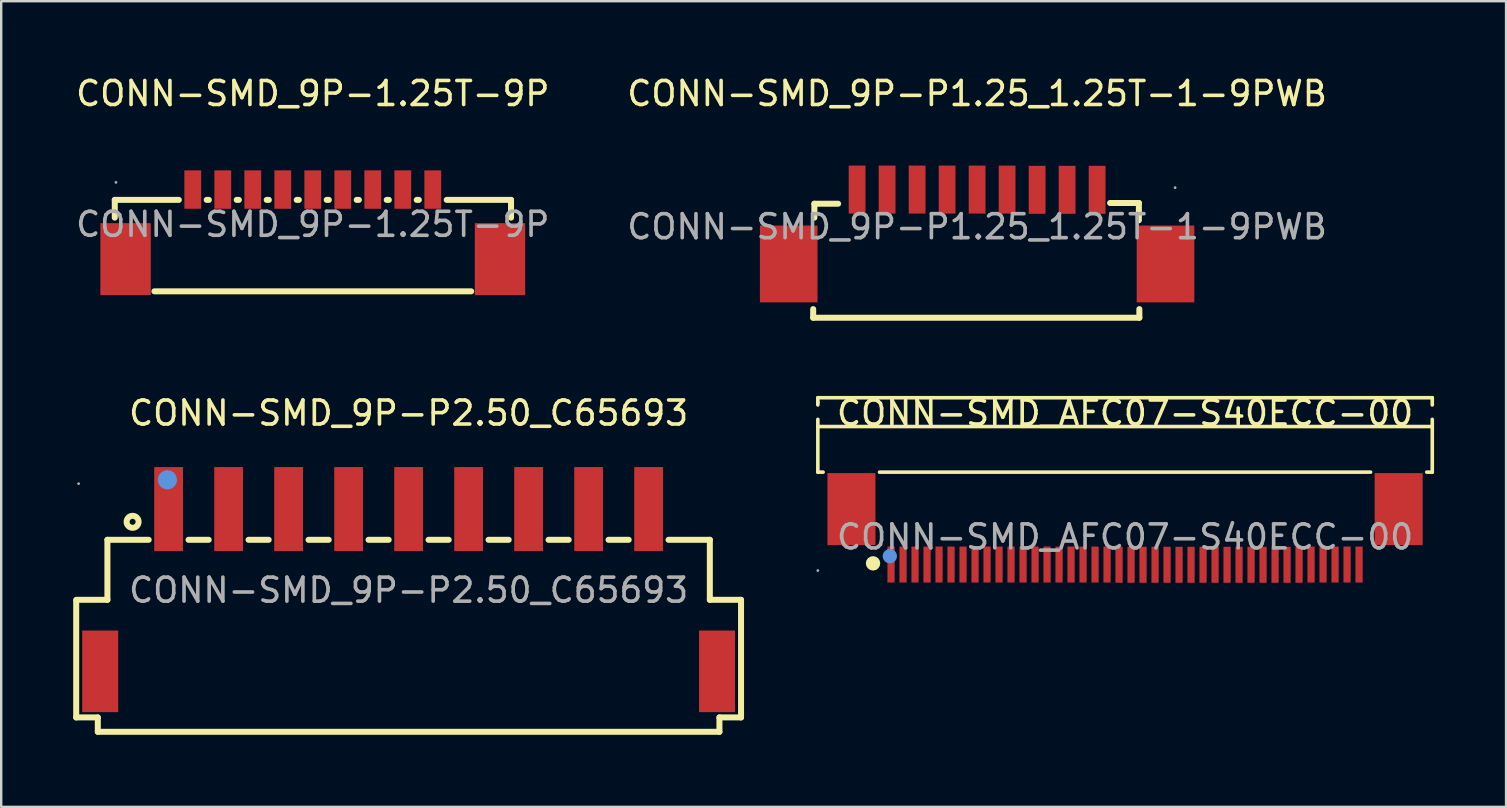
<source format=kicad_pcb>
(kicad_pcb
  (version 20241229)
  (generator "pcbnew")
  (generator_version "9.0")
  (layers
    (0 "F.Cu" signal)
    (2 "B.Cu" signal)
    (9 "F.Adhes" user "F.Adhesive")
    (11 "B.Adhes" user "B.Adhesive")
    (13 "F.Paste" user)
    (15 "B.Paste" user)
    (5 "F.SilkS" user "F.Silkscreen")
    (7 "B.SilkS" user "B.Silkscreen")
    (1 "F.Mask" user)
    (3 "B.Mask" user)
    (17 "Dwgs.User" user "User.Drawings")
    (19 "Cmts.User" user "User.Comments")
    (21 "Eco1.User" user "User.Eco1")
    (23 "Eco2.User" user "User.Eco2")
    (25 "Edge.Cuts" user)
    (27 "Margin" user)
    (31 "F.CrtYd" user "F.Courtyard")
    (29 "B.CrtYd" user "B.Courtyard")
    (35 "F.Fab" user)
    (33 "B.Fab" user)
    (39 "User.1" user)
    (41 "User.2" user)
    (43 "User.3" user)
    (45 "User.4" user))
  (footprint "CONN-SMD_AFC07-S40ECC-00"
    (layer "F.Cu")
    (at 43.825 19.322)
    (property "Reference" "CONN-SMD_AFC07-S40ECC-00" (at 0 -5.16 0) (layer "F.SilkS") (effects (font (size 1 1) (thickness 0.15))))
    (attr through_hole)
    (fp_line (start -12.8 -5.8) (end 12.8 -5.8) (stroke (width 0.15) (type solid)) (layer "F.SilkS"))
    (fp_line (start -12.8 -5.6) (end -12.8 -5.8) (stroke (width 0.15) (type solid)) (layer "F.SilkS"))
    (fp_line (start -12.8 -5.6) (end -12.8 -5.5) (stroke (width 0.15) (type solid)) (layer "F.SilkS"))
    (fp_line (start -12.8 -4.6) (end -12.8 -4.9) (stroke (width 0.15) (type solid)) (layer "F.SilkS"))
    (fp_line (start -12.8 -4.6) (end -12.8 -2.7) (stroke (width 0.15) (type solid)) (layer "F.SilkS"))
    (fp_line (start -12.8 -2.7) (end -12.58 -2.7) (stroke (width 0.15) (type solid)) (layer "F.SilkS"))
    (fp_line (start 10.23 -2.7) (end -10.23 -2.7) (stroke (width 0.15) (type solid)) (layer "F.SilkS"))
    (fp_line (start 12.8 -5.8) (end 12.8 -5.5) (stroke (width 0.15) (type solid)) (layer "F.SilkS"))
    (fp_line (start 12.8 -4.6) (end -12.8 -4.6) (stroke (width 0.15) (type solid)) (layer "F.SilkS"))
    (fp_line (start 12.8 -4.6) (end 12.8 -4.9) (stroke (width 0.15) (type solid)) (layer "F.SilkS"))
    (fp_line (start 12.8 -2.7) (end 12.57 -2.7) (stroke (width 0.15) (type solid)) (layer "F.SilkS"))
    (fp_line (start 12.8 -2.7) (end 12.8 -4.6) (stroke (width 0.15) (type solid)) (layer "F.SilkS"))
    (fp_circle (center -10.5 1.1) (end -10.35 1.1) (stroke (width 0.3) (type solid)) (fill no) (layer "F.SilkS"))
    (fp_circle (center -9.8 0.8) (end -9.65 0.8) (stroke (width 0.3) (type solid)) (fill no) (layer "Cmts.User"))
    (fp_circle (center -12.8 1.4) (end -12.77 1.4) (stroke (width 0.06) (type solid)) (fill no) (layer "F.Fab"))
    (fp_text user "${REFERENCE}" (at 0 0 0) (layer "F.Fab") (effects (font (size 1 1) (thickness 0.15))))
    (pad "1" smd rect (at -9.75 1.15) (size 0.3 1.5) (layers "F.Cu" "F.Mask" "F.Paste"))
    (pad "2" smd rect (at -9.25 1.15) (size 0.3 1.5) (layers "F.Cu" "F.Mask" "F.Paste"))
    (pad "3" smd rect (at -8.75 1.15) (size 0.3 1.5) (layers "F.Cu" "F.Mask" "F.Paste"))
    (pad "4" smd rect (at -8.25 1.15) (size 0.3 1.5) (layers "F.Cu" "F.Mask" "F.Paste"))
    (pad "5" smd rect (at -7.75 1.15) (size 0.3 1.5) (layers "F.Cu" "F.Mask" "F.Paste"))
    (pad "6" smd rect (at -7.25 1.15) (size 0.3 1.5) (layers "F.Cu" "F.Mask" "F.Paste"))
    (pad "7" smd rect (at -6.75 1.15) (size 0.3 1.5) (layers "F.Cu" "F.Mask" "F.Paste"))
    (pad "8" smd rect (at -6.25 1.15) (size 0.3 1.5) (layers "F.Cu" "F.Mask" "F.Paste"))
    (pad "9" smd rect (at -5.75 1.15) (size 0.3 1.5) (layers "F.Cu" "F.Mask" "F.Paste"))
    (pad "10" smd rect (at -5.25 1.15) (size 0.3 1.5) (layers "F.Cu" "F.Mask" "F.Paste"))
    (pad "11" smd rect (at -4.75 1.15) (size 0.3 1.5) (layers "F.Cu" "F.Mask" "F.Paste"))
    (pad "12" smd rect (at -4.25 1.15) (size 0.3 1.5) (layers "F.Cu" "F.Mask" "F.Paste"))
    (pad "13" smd rect (at -3.75 1.15) (size 0.3 1.5) (layers "F.Cu" "F.Mask" "F.Paste"))
    (pad "14" smd rect (at -3.25 1.15) (size 0.3 1.5) (layers "F.Cu" "F.Mask" "F.Paste"))
    (pad "15" smd rect (at -2.75 1.15) (size 0.3 1.5) (layers "F.Cu" "F.Mask" "F.Paste"))
    (pad "16" smd rect (at -2.25 1.15) (size 0.3 1.5) (layers "F.Cu" "F.Mask" "F.Paste"))
    (pad "17" smd rect (at -1.75 1.15) (size 0.3 1.5) (layers "F.Cu" "F.Mask" "F.Paste"))
    (pad "18" smd rect (at -1.25 1.15) (size 0.3 1.5) (layers "F.Cu" "F.Mask" "F.Paste"))
    (pad "19" smd rect (at -0.75 1.15) (size 0.3 1.5) (layers "F.Cu" "F.Mask" "F.Paste"))
    (pad "20" smd rect (at -0.25 1.16) (size 0.3 1.5) (layers "F.Cu" "F.Mask" "F.Paste"))
    (pad "21" smd rect (at 0.25 1.16) (size 0.3 1.5) (layers "F.Cu" "F.Mask" "F.Paste"))
    (pad "22" smd rect (at 0.75 1.16) (size 0.3 1.5) (layers "F.Cu" "F.Mask" "F.Paste"))
    (pad "23" smd rect (at 1.25 1.16) (size 0.3 1.5) (layers "F.Cu" "F.Mask" "F.Paste"))
    (pad "24" smd rect (at 1.75 1.16) (size 0.3 1.5) (layers "F.Cu" "F.Mask" "F.Paste"))
    (pad "25" smd rect (at 2.25 1.16) (size 0.3 1.5) (layers "F.Cu" "F.Mask" "F.Paste"))
    (pad "26" smd rect (at 2.75 1.16) (size 0.3 1.5) (layers "F.Cu" "F.Mask" "F.Paste"))
    (pad "27" smd rect (at 3.25 1.16) (size 0.3 1.5) (layers "F.Cu" "F.Mask" "F.Paste"))
    (pad "28" smd rect (at 3.75 1.16) (size 0.3 1.5) (layers "F.Cu" "F.Mask" "F.Paste"))
    (pad "29" smd rect (at 4.25 1.16) (size 0.3 1.5) (layers "F.Cu" "F.Mask" "F.Paste"))
    (pad "30" smd rect (at 4.75 1.16) (size 0.3 1.5) (layers "F.Cu" "F.Mask" "F.Paste"))
    (pad "31" smd rect (at 5.25 1.16) (size 0.3 1.5) (layers "F.Cu" "F.Mask" "F.Paste"))
    (pad "32" smd rect (at 5.75 1.16) (size 0.3 1.5) (layers "F.Cu" "F.Mask" "F.Paste"))
    (pad "33" smd rect (at 6.25 1.16) (size 0.3 1.5) (layers "F.Cu" "F.Mask" "F.Paste"))
    (pad "34" smd rect (at 6.75 1.16) (size 0.3 1.5) (layers "F.Cu" "F.Mask" "F.Paste"))
    (pad "35" smd rect (at 7.25 1.16) (size 0.3 1.5) (layers "F.Cu" "F.Mask" "F.Paste"))
    (pad "36" smd rect (at 7.75 1.15) (size 0.3 1.5) (layers "F.Cu" "F.Mask" "F.Paste"))
    (pad "37" smd rect (at 8.25 1.15) (size 0.3 1.5) (layers "F.Cu" "F.Mask" "F.Paste"))
    (pad "38" smd rect (at 8.75 1.15) (size 0.3 1.5) (layers "F.Cu" "F.Mask" "F.Paste"))
    (pad "39" smd rect (at 9.25 1.15) (size 0.3 1.5) (layers "F.Cu" "F.Mask" "F.Paste"))
    (pad "40" smd rect (at 9.75 1.15) (size 0.3 1.5) (layers "F.Cu" "F.Mask" "F.Paste"))
    (pad "41" smd rect (at 11.4 -1.16 180) (size 2 3) (layers "F.Cu" "F.Mask" "F.Paste"))
    (pad "42" smd rect (at -11.4 -1.16) (size 2 3) (layers "F.Cu" "F.Mask" "F.Paste")))
  (footprint "CONN-SMD_9P-P1.25_1.25T-1-9PWB"
    (layer "F.Cu")
    (at 37.661 6.398)
    (property "Reference" "CONN-SMD_9P-P1.25_1.25T-1-9PWB" (at 0 -5.55 0) (layer "F.SilkS") (effects (font (size 1 1) (thickness 0.15))))
    (attr through_hole)
    (fp_line (start -6.83 3.43) (end -6.83 3.79) (stroke (width 0.25) (type solid)) (layer "F.SilkS"))
    (fp_line (start -6.83 3.79) (end 6.76 3.79) (stroke (width 0.25) (type solid)) (layer "F.SilkS"))
    (fp_line (start -6.78 -0.96) (end -6.78 -0.38) (stroke (width 0.25) (type solid)) (layer "F.SilkS"))
    (fp_line (start -5.79 -0.96) (end -6.78 -0.96) (stroke (width 0.25) (type solid)) (layer "F.SilkS"))
    (fp_line (start 5.54 -0.99) (end 6.74 -0.99) (stroke (width 0.25) (type solid)) (layer "F.SilkS"))
    (fp_line (start 6.74 -0.99) (end 6.74 -0.27) (stroke (width 0.25) (type solid)) (layer "F.SilkS"))
    (fp_line (start 6.76 3.79) (end 6.76 3.43) (stroke (width 0.25) (type solid)) (layer "F.SilkS"))
    (fp_circle (center 8.25 -1.63) (end 8.28 -1.63) (stroke (width 0.06) (type solid)) (fill no) (layer "F.Fab"))
    (fp_text user "${REFERENCE}" (at 0 0 0) (layer "F.Fab") (effects (font (size 1 1) (thickness 0.15))))
    (pad "1" smd rect (at 5 -1.54 180) (size 0.7 2) (layers "F.Cu" "F.Mask" "F.Paste"))
    (pad "2" smd rect (at 3.75 -1.54 180) (size 0.7 2) (layers "F.Cu" "F.Mask" "F.Paste"))
    (pad "3" smd rect (at 2.5 -1.54 180) (size 0.7 2) (layers "F.Cu" "F.Mask" "F.Paste"))
    (pad "4" smd rect (at 1.25 -1.55 180) (size 0.7 2) (layers "F.Cu" "F.Mask" "F.Paste"))
    (pad "5" smd rect (at 0 -1.55 180) (size 0.7 2) (layers "F.Cu" "F.Mask" "F.Paste"))
    (pad "6" smd rect (at -1.25 -1.55 180) (size 0.7 2) (layers "F.Cu" "F.Mask" "F.Paste"))
    (pad "7" smd rect (at -2.5 -1.55 180) (size 0.7 2) (layers "F.Cu" "F.Mask" "F.Paste"))
    (pad "8" smd rect (at -3.75 -1.55 180) (size 0.7 2) (layers "F.Cu" "F.Mask" "F.Paste"))
    (pad "9" smd rect (at -5 -1.55 180) (size 0.7 2) (layers "F.Cu" "F.Mask" "F.Paste"))
    (pad "10" smd rect (at -7.85 1.55 180) (size 2.4 3.2) (layers "F.Cu" "F.Mask" "F.Paste"))
    (pad "11" smd rect (at 7.85 1.55 180) (size 2.4 3.2) (layers "F.Cu" "F.Mask" "F.Paste")))
  (footprint "CONN-SMD_9P-1.25T-9P"
    (layer "F.Cu")
    (at 9.982 6.298)
    (property "Reference" "CONN-SMD_9P-1.25T-9P" (at 0 -5.45 0) (layer "F.SilkS") (effects (font (size 1 1) (thickness 0.15))))
    (attr through_hole)
    (fp_line (start -8.25 -1.02) (end -8.25 -0.28) (stroke (width 0.25) (type solid)) (layer "F.SilkS"))
    (fp_line (start -6.6 2.79) (end 6.6 2.79) (stroke (width 0.25) (type solid)) (layer "F.SilkS"))
    (fp_line (start -5.58 -1.02) (end -8.25 -1.02) (stroke (width 0.25) (type solid)) (layer "F.SilkS"))
    (fp_line (start -4.33 -1.02) (end -4.42 -1.02) (stroke (width 0.25) (type solid)) (layer "F.SilkS"))
    (fp_line (start -3.08 -1.02) (end -3.17 -1.02) (stroke (width 0.25) (type solid)) (layer "F.SilkS"))
    (fp_line (start -1.83 -1.02) (end -1.92 -1.02) (stroke (width 0.25) (type solid)) (layer "F.SilkS"))
    (fp_line (start -0.58 -1.02) (end -0.67 -1.02) (stroke (width 0.25) (type solid)) (layer "F.SilkS"))
    (fp_line (start 0.67 -1.02) (end 0.58 -1.02) (stroke (width 0.25) (type solid)) (layer "F.SilkS"))
    (fp_line (start 1.92 -1.02) (end 1.83 -1.02) (stroke (width 0.25) (type solid)) (layer "F.SilkS"))
    (fp_line (start 3.17 -1.02) (end 3.08 -1.02) (stroke (width 0.25) (type solid)) (layer "F.SilkS"))
    (fp_line (start 4.42 -1.02) (end 4.33 -1.02) (stroke (width 0.25) (type solid)) (layer "F.SilkS"))
    (fp_line (start 5.58 -1.02) (end 8.26 -1.02) (stroke (width 0.25) (type solid)) (layer "F.SilkS"))
    (fp_line (start 8.26 -1.02) (end 8.26 -0.28) (stroke (width 0.25) (type solid)) (layer "F.SilkS"))
    (fp_circle (center -8.2 -1.75) (end -8.17 -1.75) (stroke (width 0.06) (type solid)) (fill no) (layer "F.Fab"))
    (fp_text user "${REFERENCE}" (at 0 0 0) (layer "F.Fab") (effects (font (size 1 1) (thickness 0.15))))
    (pad "1" smd rect (at -5 -1.45 90) (size 1.6 0.7) (layers "F.Cu" "F.Mask" "F.Paste"))
    (pad "2" smd rect (at -3.75 -1.45 90) (size 1.6 0.7) (layers "F.Cu" "F.Mask" "F.Paste"))
    (pad "3" smd rect (at -2.5 -1.45 90) (size 1.6 0.7) (layers "F.Cu" "F.Mask" "F.Paste"))
    (pad "4" smd rect (at -1.25 -1.45 90) (size 1.6 0.7) (layers "F.Cu" "F.Mask" "F.Paste"))
    (pad "5" smd rect (at 0 -1.45 90) (size 1.6 0.7) (layers "F.Cu" "F.Mask" "F.Paste"))
    (pad "6" smd rect (at 1.25 -1.45 90) (size 1.6 0.7) (layers "F.Cu" "F.Mask" "F.Paste"))
    (pad "7" smd rect (at 2.5 -1.45 90) (size 1.6 0.7) (layers "F.Cu" "F.Mask" "F.Paste"))
    (pad "8" smd rect (at 3.75 -1.45 90) (size 1.6 0.7) (layers "F.Cu" "F.Mask" "F.Paste"))
    (pad "9" smd rect (at 5 -1.45 90) (size 1.6 0.7) (layers "F.Cu" "F.Mask" "F.Paste"))
    (pad "10" smd rect (at 7.8 1.45 90) (size 3 2.1) (layers "F.Cu" "F.Mask" "F.Paste"))
    (pad "11" smd rect (at -7.8 1.45 90) (size 3 2.1) (layers "F.Cu" "F.Mask" "F.Paste")))
  (footprint "CONN-SMD_9P-P2.50_C65693"
    (layer "F.Cu")
    (at 13.975 21.541)
    (property "Reference" "CONN-SMD_9P-P2.50_C65693" (at 0 -7.38 0) (layer "F.SilkS") (effects (font (size 1 1) (thickness 0.15))))
    (attr through_hole)
    (fp_line (start -13.85 0.45) (end -13.85 5.3) (stroke (width 0.25) (type solid)) (layer "F.SilkS"))
    (fp_line (start -13.85 5.3) (end -12.95 5.3) (stroke (width 0.25) (type solid)) (layer "F.SilkS"))
    (fp_line (start -12.95 5.3) (end -12.95 5.9) (stroke (width 0.25) (type solid)) (layer "F.SilkS"))
    (fp_line (start -12.95 5.9) (end 12.95 5.9) (stroke (width 0.25) (type solid)) (layer "F.SilkS"))
    (fp_line (start -12.55 -2.1) (end -12.55 0.4) (stroke (width 0.25) (type solid)) (layer "F.SilkS"))
    (fp_line (start -12.55 0.4) (end -13.85 0.4) (stroke (width 0.25) (type solid)) (layer "F.SilkS"))
    (fp_line (start -10.83 -2.1) (end -12.55 -2.1) (stroke (width 0.25) (type solid)) (layer "F.SilkS"))
    (fp_line (start -8.33 -2.1) (end -9.17 -2.1) (stroke (width 0.25) (type solid)) (layer "F.SilkS"))
    (fp_line (start -5.83 -2.1) (end -6.67 -2.1) (stroke (width 0.25) (type solid)) (layer "F.SilkS"))
    (fp_line (start -3.33 -2.1) (end -4.17 -2.1) (stroke (width 0.25) (type solid)) (layer "F.SilkS"))
    (fp_line (start -0.83 -2.1) (end -1.67 -2.1) (stroke (width 0.25) (type solid)) (layer "F.SilkS"))
    (fp_line (start 1.67 -2.1) (end 0.83 -2.1) (stroke (width 0.25) (type solid)) (layer "F.SilkS"))
    (fp_line (start 4.17 -2.1) (end 3.33 -2.1) (stroke (width 0.25) (type solid)) (layer "F.SilkS"))
    (fp_line (start 6.67 -2.1) (end 5.83 -2.1) (stroke (width 0.25) (type solid)) (layer "F.SilkS"))
    (fp_line (start 9.17 -2.1) (end 8.33 -2.1) (stroke (width 0.25) (type solid)) (layer "F.SilkS"))
    (fp_line (start 12.55 -2.1) (end 10.83 -2.1) (stroke (width 0.25) (type solid)) (layer "F.SilkS"))
    (fp_line (start 12.55 0.4) (end 12.55 -2.1) (stroke (width 0.25) (type solid)) (layer "F.SilkS"))
    (fp_line (start 12.95 5.3) (end 13.85 5.3) (stroke (width 0.25) (type solid)) (layer "F.SilkS"))
    (fp_line (start 12.95 5.9) (end 12.95 5.3) (stroke (width 0.25) (type solid)) (layer "F.SilkS"))
    (fp_line (start 13.85 0.4) (end 12.55 0.4) (stroke (width 0.25) (type solid)) (layer "F.SilkS"))
    (fp_line (start 13.85 5.3) (end 13.85 0.4) (stroke (width 0.25) (type solid)) (layer "F.SilkS"))
    (fp_circle (center -11.5 -2.85) (end -11.25 -2.85) (stroke (width 0.25) (type solid)) (fill no) (layer "F.SilkS"))
    (fp_circle (center -10.05 -4.6) (end -9.85 -4.6) (stroke (width 0.4) (type solid)) (fill no) (layer "Cmts.User"))
    (fp_circle (center -13.75 -4.44) (end -13.72 -4.44) (stroke (width 0.06) (type solid)) (fill no) (layer "F.Fab"))
    (fp_text user "${REFERENCE}" (at 0 0 0) (layer "F.Fab") (effects (font (size 1 1) (thickness 0.15))))
    (pad "1" smd rect (at -10 -3.38 180) (size 1.2 3.5) (layers "F.Cu" "F.Mask" "F.Paste"))
    (pad "2" smd rect (at -7.5 -3.38 180) (size 1.2 3.5) (layers "F.Cu" "F.Mask" "F.Paste"))
    (pad "3" smd rect (at -5 -3.38 180) (size 1.2 3.5) (layers "F.Cu" "F.Mask" "F.Paste"))
    (pad "4" smd rect (at -2.5 -3.38 180) (size 1.2 3.5) (layers "F.Cu" "F.Mask" "F.Paste"))
    (pad "5" smd rect (at 0 -3.38 180) (size 1.2 3.5) (layers "F.Cu" "F.Mask" "F.Paste"))
    (pad "6" smd rect (at 2.5 -3.38 180) (size 1.2 3.5) (layers "F.Cu" "F.Mask" "F.Paste"))
    (pad "7" smd rect (at 5 -3.38 180) (size 1.2 3.5) (layers "F.Cu" "F.Mask" "F.Paste"))
    (pad "8" smd rect (at 7.5 -3.38 180) (size 1.2 3.5) (layers "F.Cu" "F.Mask" "F.Paste"))
    (pad "9" smd rect (at 10 -3.38 180) (size 1.2 3.5) (layers "F.Cu" "F.Mask" "F.Paste"))
    (pad "10" smd rect (at 12.85 3.38 180) (size 1.5 3.4) (layers "F.Cu" "F.Mask" "F.Paste"))
    (pad "11" smd rect (at -12.85 3.38 180) (size 1.5 3.4) (layers "F.Cu" "F.Mask" "F.Paste")))
  (gr_rect
    (start -3 -3)
    (end 59.7 30.567)
    (stroke (width 0.1) (type default))
    (fill no)
    (layer "Edge.Cuts")))
</source>
